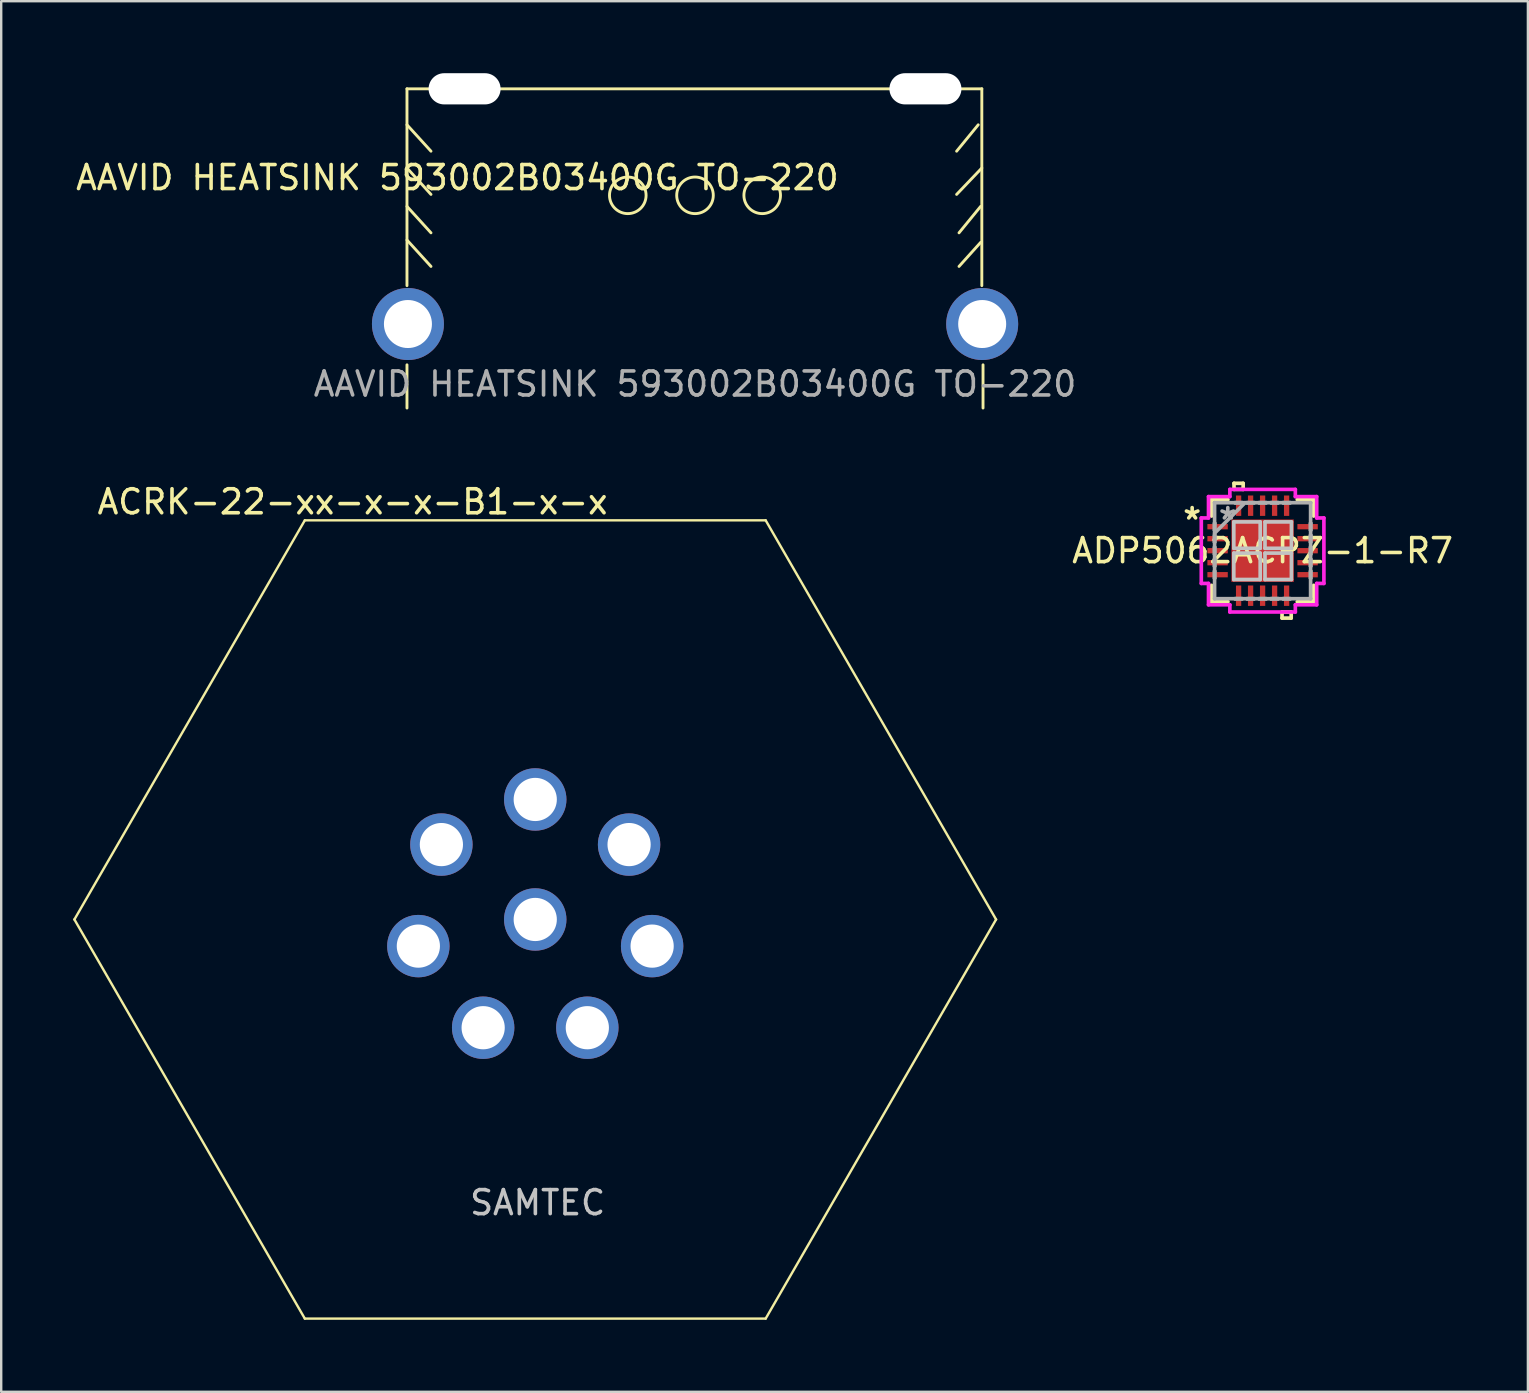
<source format=kicad_pcb>
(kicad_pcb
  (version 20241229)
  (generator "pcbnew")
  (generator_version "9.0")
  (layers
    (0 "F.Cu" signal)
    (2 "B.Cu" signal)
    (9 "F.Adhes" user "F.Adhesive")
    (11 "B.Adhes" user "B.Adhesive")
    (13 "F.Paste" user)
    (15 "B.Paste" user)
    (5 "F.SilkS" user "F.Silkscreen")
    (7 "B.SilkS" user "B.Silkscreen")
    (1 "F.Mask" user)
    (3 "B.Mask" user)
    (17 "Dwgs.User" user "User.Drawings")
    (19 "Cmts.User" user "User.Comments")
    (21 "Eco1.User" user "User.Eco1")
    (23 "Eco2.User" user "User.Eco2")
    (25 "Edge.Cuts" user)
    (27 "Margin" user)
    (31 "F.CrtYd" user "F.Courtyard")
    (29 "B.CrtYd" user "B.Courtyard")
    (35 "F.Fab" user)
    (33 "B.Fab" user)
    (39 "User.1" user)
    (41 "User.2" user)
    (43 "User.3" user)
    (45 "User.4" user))
  (footprint "ADP5062ACPZ-1-R7"
    (layer "F.Cu")
    (at 49.554 19.894)
    (property "Reference" "ADP5062ACPZ-1-R7" (at 0 0 0) (layer "F.SilkS") (effects (font (size 1 1) (thickness 0.15))))
    (attr through_hole)
    (fp_line (start -2.127 -2.127) (end -2.127 -1.443) (stroke (width 0.152) (type solid)) (layer "F.SilkS"))
    (fp_line (start -2.127 1.443) (end -2.127 2.127) (stroke (width 0.152) (type solid)) (layer "F.SilkS"))
    (fp_line (start -2.127 2.127) (end -1.443 2.127) (stroke (width 0.152) (type solid)) (layer "F.SilkS"))
    (fp_line (start -1.443 -2.127) (end -2.127 -2.127) (stroke (width 0.152) (type solid)) (layer "F.SilkS"))
    (fp_line (start -1.191 -2.808) (end -0.81 -2.808) (stroke (width 0.152) (type solid)) (layer "F.SilkS"))
    (fp_line (start -1.191 -2.554) (end -1.191 -2.808) (stroke (width 0.152) (type solid)) (layer "F.SilkS"))
    (fp_line (start -0.81 -2.808) (end -0.81 -2.554) (stroke (width 0.152) (type solid)) (layer "F.SilkS"))
    (fp_line (start -0.81 -2.554) (end -1.191 -2.554) (stroke (width 0.152) (type solid)) (layer "F.SilkS"))
    (fp_line (start 0.81 2.554) (end 0.81 2.808) (stroke (width 0.152) (type solid)) (layer "F.SilkS"))
    (fp_line (start 0.81 2.808) (end 1.191 2.808) (stroke (width 0.152) (type solid)) (layer "F.SilkS"))
    (fp_line (start 1.191 2.554) (end 0.81 2.554) (stroke (width 0.152) (type solid)) (layer "F.SilkS"))
    (fp_line (start 1.191 2.808) (end 1.191 2.554) (stroke (width 0.152) (type solid)) (layer "F.SilkS"))
    (fp_line (start 1.443 2.127) (end 2.127 2.127) (stroke (width 0.152) (type solid)) (layer "F.SilkS"))
    (fp_line (start 2.127 -2.127) (end 1.443 -2.127) (stroke (width 0.152) (type solid)) (layer "F.SilkS"))
    (fp_line (start 2.127 -1.443) (end 2.127 -2.127) (stroke (width 0.152) (type solid)) (layer "F.SilkS"))
    (fp_line (start 2.127 2.127) (end 2.127 1.443) (stroke (width 0.152) (type solid)) (layer "F.SilkS"))
    (fp_line (start -1.2 -1.2) (end -1.2 -0.1) (stroke (width 0.152) (type solid)) (layer "Dwgs.User"))
    (fp_line (start -1.2 -0.1) (end -0.1 -0.1) (stroke (width 0.152) (type solid)) (layer "Dwgs.User"))
    (fp_line (start -1.2 0.1) (end -1.2 1.2) (stroke (width 0.152) (type solid)) (layer "Dwgs.User"))
    (fp_line (start -1.2 1.2) (end -0.1 1.2) (stroke (width 0.152) (type solid)) (layer "Dwgs.User"))
    (fp_line (start -0.1 -1.2) (end -1.2 -1.2) (stroke (width 0.152) (type solid)) (layer "Dwgs.User"))
    (fp_line (start -0.1 -0.1) (end -0.1 -1.2) (stroke (width 0.152) (type solid)) (layer "Dwgs.User"))
    (fp_line (start -0.1 0.1) (end -1.2 0.1) (stroke (width 0.152) (type solid)) (layer "Dwgs.User"))
    (fp_line (start -0.1 1.2) (end -0.1 0.1) (stroke (width 0.152) (type solid)) (layer "Dwgs.User"))
    (fp_line (start 0.1 -1.2) (end 0.1 -0.1) (stroke (width 0.152) (type solid)) (layer "Dwgs.User"))
    (fp_line (start 0.1 -0.1) (end 1.2 -0.1) (stroke (width 0.152) (type solid)) (layer "Dwgs.User"))
    (fp_line (start 0.1 0.1) (end 0.1 1.2) (stroke (width 0.152) (type solid)) (layer "Dwgs.User"))
    (fp_line (start 0.1 1.2) (end 1.2 1.2) (stroke (width 0.152) (type solid)) (layer "Dwgs.User"))
    (fp_line (start 1.2 -1.2) (end 0.1 -1.2) (stroke (width 0.152) (type solid)) (layer "Dwgs.User"))
    (fp_line (start 1.2 -0.1) (end 1.2 -1.2) (stroke (width 0.152) (type solid)) (layer "Dwgs.User"))
    (fp_line (start 1.2 0.1) (end 0.1 0.1) (stroke (width 0.152) (type solid)) (layer "Dwgs.User"))
    (fp_line (start 1.2 1.2) (end 1.2 0.1) (stroke (width 0.152) (type solid)) (layer "Dwgs.User"))
    (fp_line (start -2.554 -1.364) (end -2.254 -1.364) (stroke (width 0.152) (type solid)) (layer "F.CrtYd"))
    (fp_line (start -2.554 1.364) (end -2.554 -1.364) (stroke (width 0.152) (type solid)) (layer "F.CrtYd"))
    (fp_line (start -2.254 -2.254) (end -1.364 -2.254) (stroke (width 0.152) (type solid)) (layer "F.CrtYd"))
    (fp_line (start -2.254 -1.364) (end -2.254 -2.254) (stroke (width 0.152) (type solid)) (layer "F.CrtYd"))
    (fp_line (start -2.254 1.364) (end -2.554 1.364) (stroke (width 0.152) (type solid)) (layer "F.CrtYd"))
    (fp_line (start -2.254 2.254) (end -2.254 1.364) (stroke (width 0.152) (type solid)) (layer "F.CrtYd"))
    (fp_line (start -1.364 -2.554) (end 1.364 -2.554) (stroke (width 0.152) (type solid)) (layer "F.CrtYd"))
    (fp_line (start -1.364 -2.254) (end -1.364 -2.554) (stroke (width 0.152) (type solid)) (layer "F.CrtYd"))
    (fp_line (start -1.364 2.254) (end -2.254 2.254) (stroke (width 0.152) (type solid)) (layer "F.CrtYd"))
    (fp_line (start -1.364 2.554) (end -1.364 2.254) (stroke (width 0.152) (type solid)) (layer "F.CrtYd"))
    (fp_line (start 1.364 -2.554) (end 1.364 -2.254) (stroke (width 0.152) (type solid)) (layer "F.CrtYd"))
    (fp_line (start 1.364 -2.254) (end 2.254 -2.254) (stroke (width 0.152) (type solid)) (layer "F.CrtYd"))
    (fp_line (start 1.364 2.254) (end 1.364 2.554) (stroke (width 0.152) (type solid)) (layer "F.CrtYd"))
    (fp_line (start 1.364 2.554) (end -1.364 2.554) (stroke (width 0.152) (type solid)) (layer "F.CrtYd"))
    (fp_line (start 2.254 -2.254) (end 2.254 -1.364) (stroke (width 0.152) (type solid)) (layer "F.CrtYd"))
    (fp_line (start 2.254 -1.364) (end 2.554 -1.364) (stroke (width 0.152) (type solid)) (layer "F.CrtYd"))
    (fp_line (start 2.254 1.364) (end 2.254 2.254) (stroke (width 0.152) (type solid)) (layer "F.CrtYd"))
    (fp_line (start 2.254 2.254) (end 1.364 2.254) (stroke (width 0.152) (type solid)) (layer "F.CrtYd"))
    (fp_line (start 2.554 -1.364) (end 2.554 1.364) (stroke (width 0.152) (type solid)) (layer "F.CrtYd"))
    (fp_line (start 2.554 1.364) (end 2.254 1.364) (stroke (width 0.152) (type solid)) (layer "F.CrtYd"))
    (fp_line (start -2 -2) (end -2 -2) (stroke (width 0.152) (type solid)) (layer "F.Fab"))
    (fp_line (start -2 -2) (end -2 2) (stroke (width 0.152) (type solid)) (layer "F.Fab"))
    (fp_line (start -2 -1.15) (end -2 -1.15) (stroke (width 0.152) (type solid)) (layer "F.Fab"))
    (fp_line (start -2 -1.15) (end -2 -0.85) (stroke (width 0.152) (type solid)) (layer "F.Fab"))
    (fp_line (start -2 -0.85) (end -2 -1.15) (stroke (width 0.152) (type solid)) (layer "F.Fab"))
    (fp_line (start -2 -0.85) (end -2 -0.85) (stroke (width 0.152) (type solid)) (layer "F.Fab"))
    (fp_line (start -2 -0.73) (end -0.73 -2) (stroke (width 0.152) (type solid)) (layer "F.Fab"))
    (fp_line (start -2 -0.65) (end -2 -0.65) (stroke (width 0.152) (type solid)) (layer "F.Fab"))
    (fp_line (start -2 -0.65) (end -2 -0.35) (stroke (width 0.152) (type solid)) (layer "F.Fab"))
    (fp_line (start -2 -0.35) (end -2 -0.65) (stroke (width 0.152) (type solid)) (layer "F.Fab"))
    (fp_line (start -2 -0.35) (end -2 -0.35) (stroke (width 0.152) (type solid)) (layer "F.Fab"))
    (fp_line (start -2 -0.15) (end -2 -0.15) (stroke (width 0.152) (type solid)) (layer "F.Fab"))
    (fp_line (start -2 -0.15) (end -2 0.15) (stroke (width 0.152) (type solid)) (layer "F.Fab"))
    (fp_line (start -2 0.15) (end -2 -0.15) (stroke (width 0.152) (type solid)) (layer "F.Fab"))
    (fp_line (start -2 0.15) (end -2 0.15) (stroke (width 0.152) (type solid)) (layer "F.Fab"))
    (fp_line (start -2 0.35) (end -2 0.35) (stroke (width 0.152) (type solid)) (layer "F.Fab"))
    (fp_line (start -2 0.35) (end -2 0.65) (stroke (width 0.152) (type solid)) (layer "F.Fab"))
    (fp_line (start -2 0.65) (end -2 0.35) (stroke (width 0.152) (type solid)) (layer "F.Fab"))
    (fp_line (start -2 0.65) (end -2 0.65) (stroke (width 0.152) (type solid)) (layer "F.Fab"))
    (fp_line (start -2 0.85) (end -2 0.85) (stroke (width 0.152) (type solid)) (layer "F.Fab"))
    (fp_line (start -2 0.85) (end -2 1.15) (stroke (width 0.152) (type solid)) (layer "F.Fab"))
    (fp_line (start -2 1.15) (end -2 0.85) (stroke (width 0.152) (type solid)) (layer "F.Fab"))
    (fp_line (start -2 1.15) (end -2 1.15) (stroke (width 0.152) (type solid)) (layer "F.Fab"))
    (fp_line (start -2 2) (end -2 2) (stroke (width 0.152) (type solid)) (layer "F.Fab"))
    (fp_line (start -2 2) (end 2 2) (stroke (width 0.152) (type solid)) (layer "F.Fab"))
    (fp_line (start -1.15 -2) (end -1.15 -2) (stroke (width 0.152) (type solid)) (layer "F.Fab"))
    (fp_line (start -1.15 -2) (end -0.85 -2) (stroke (width 0.152) (type solid)) (layer "F.Fab"))
    (fp_line (start -1.15 2) (end -1.15 2) (stroke (width 0.152) (type solid)) (layer "F.Fab"))
    (fp_line (start -1.15 2) (end -0.85 2) (stroke (width 0.152) (type solid)) (layer "F.Fab"))
    (fp_line (start -0.85 -2) (end -1.15 -2) (stroke (width 0.152) (type solid)) (layer "F.Fab"))
    (fp_line (start -0.85 -2) (end -0.85 -2) (stroke (width 0.152) (type solid)) (layer "F.Fab"))
    (fp_line (start -0.85 2) (end -1.15 2) (stroke (width 0.152) (type solid)) (layer "F.Fab"))
    (fp_line (start -0.85 2) (end -0.85 2) (stroke (width 0.152) (type solid)) (layer "F.Fab"))
    (fp_line (start -0.65 -2) (end -0.65 -2) (stroke (width 0.152) (type solid)) (layer "F.Fab"))
    (fp_line (start -0.65 -2) (end -0.35 -2) (stroke (width 0.152) (type solid)) (layer "F.Fab"))
    (fp_line (start -0.65 2) (end -0.65 2) (stroke (width 0.152) (type solid)) (layer "F.Fab"))
    (fp_line (start -0.65 2) (end -0.35 2) (stroke (width 0.152) (type solid)) (layer "F.Fab"))
    (fp_line (start -0.35 -2) (end -0.65 -2) (stroke (width 0.152) (type solid)) (layer "F.Fab"))
    (fp_line (start -0.35 -2) (end -0.35 -2) (stroke (width 0.152) (type solid)) (layer "F.Fab"))
    (fp_line (start -0.35 2) (end -0.65 2) (stroke (width 0.152) (type solid)) (layer "F.Fab"))
    (fp_line (start -0.35 2) (end -0.35 2) (stroke (width 0.152) (type solid)) (layer "F.Fab"))
    (fp_line (start -0.15 -2) (end -0.15 -2) (stroke (width 0.152) (type solid)) (layer "F.Fab"))
    (fp_line (start -0.15 -2) (end 0.15 -2) (stroke (width 0.152) (type solid)) (layer "F.Fab"))
    (fp_line (start -0.15 2) (end -0.15 2) (stroke (width 0.152) (type solid)) (layer "F.Fab"))
    (fp_line (start -0.15 2) (end 0.15 2) (stroke (width 0.152) (type solid)) (layer "F.Fab"))
    (fp_line (start 0.15 -2) (end -0.15 -2) (stroke (width 0.152) (type solid)) (layer "F.Fab"))
    (fp_line (start 0.15 -2) (end 0.15 -2) (stroke (width 0.152) (type solid)) (layer "F.Fab"))
    (fp_line (start 0.15 2) (end -0.15 2) (stroke (width 0.152) (type solid)) (layer "F.Fab"))
    (fp_line (start 0.15 2) (end 0.15 2) (stroke (width 0.152) (type solid)) (layer "F.Fab"))
    (fp_line (start 0.35 -2) (end 0.35 -2) (stroke (width 0.152) (type solid)) (layer "F.Fab"))
    (fp_line (start 0.35 -2) (end 0.65 -2) (stroke (width 0.152) (type solid)) (layer "F.Fab"))
    (fp_line (start 0.35 2) (end 0.35 2) (stroke (width 0.152) (type solid)) (layer "F.Fab"))
    (fp_line (start 0.35 2) (end 0.65 2) (stroke (width 0.152) (type solid)) (layer "F.Fab"))
    (fp_line (start 0.65 -2) (end 0.35 -2) (stroke (width 0.152) (type solid)) (layer "F.Fab"))
    (fp_line (start 0.65 -2) (end 0.65 -2) (stroke (width 0.152) (type solid)) (layer "F.Fab"))
    (fp_line (start 0.65 2) (end 0.35 2) (stroke (width 0.152) (type solid)) (layer "F.Fab"))
    (fp_line (start 0.65 2) (end 0.65 2) (stroke (width 0.152) (type solid)) (layer "F.Fab"))
    (fp_line (start 0.85 -2) (end 0.85 -2) (stroke (width 0.152) (type solid)) (layer "F.Fab"))
    (fp_line (start 0.85 -2) (end 1.15 -2) (stroke (width 0.152) (type solid)) (layer "F.Fab"))
    (fp_line (start 0.85 2) (end 0.85 2) (stroke (width 0.152) (type solid)) (layer "F.Fab"))
    (fp_line (start 0.85 2) (end 1.15 2) (stroke (width 0.152) (type solid)) (layer "F.Fab"))
    (fp_line (start 1.15 -2) (end 0.85 -2) (stroke (width 0.152) (type solid)) (layer "F.Fab"))
    (fp_line (start 1.15 -2) (end 1.15 -2) (stroke (width 0.152) (type solid)) (layer "F.Fab"))
    (fp_line (start 1.15 2) (end 0.85 2) (stroke (width 0.152) (type solid)) (layer "F.Fab"))
    (fp_line (start 1.15 2) (end 1.15 2) (stroke (width 0.152) (type solid)) (layer "F.Fab"))
    (fp_line (start 2 -2) (end -2 -2) (stroke (width 0.152) (type solid)) (layer "F.Fab"))
    (fp_line (start 2 -2) (end 2 -2) (stroke (width 0.152) (type solid)) (layer "F.Fab"))
    (fp_line (start 2 -1.15) (end 2 -1.15) (stroke (width 0.152) (type solid)) (layer "F.Fab"))
    (fp_line (start 2 -1.15) (end 2 -0.85) (stroke (width 0.152) (type solid)) (layer "F.Fab"))
    (fp_line (start 2 -0.85) (end 2 -1.15) (stroke (width 0.152) (type solid)) (layer "F.Fab"))
    (fp_line (start 2 -0.85) (end 2 -0.85) (stroke (width 0.152) (type solid)) (layer "F.Fab"))
    (fp_line (start 2 -0.65) (end 2 -0.65) (stroke (width 0.152) (type solid)) (layer "F.Fab"))
    (fp_line (start 2 -0.65) (end 2 -0.35) (stroke (width 0.152) (type solid)) (layer "F.Fab"))
    (fp_line (start 2 -0.35) (end 2 -0.65) (stroke (width 0.152) (type solid)) (layer "F.Fab"))
    (fp_line (start 2 -0.35) (end 2 -0.35) (stroke (width 0.152) (type solid)) (layer "F.Fab"))
    (fp_line (start 2 -0.15) (end 2 -0.15) (stroke (width 0.152) (type solid)) (layer "F.Fab"))
    (fp_line (start 2 -0.15) (end 2 0.15) (stroke (width 0.152) (type solid)) (layer "F.Fab"))
    (fp_line (start 2 0.15) (end 2 -0.15) (stroke (width 0.152) (type solid)) (layer "F.Fab"))
    (fp_line (start 2 0.15) (end 2 0.15) (stroke (width 0.152) (type solid)) (layer "F.Fab"))
    (fp_line (start 2 0.35) (end 2 0.35) (stroke (width 0.152) (type solid)) (layer "F.Fab"))
    (fp_line (start 2 0.35) (end 2 0.65) (stroke (width 0.152) (type solid)) (layer "F.Fab"))
    (fp_line (start 2 0.65) (end 2 0.35) (stroke (width 0.152) (type solid)) (layer "F.Fab"))
    (fp_line (start 2 0.65) (end 2 0.65) (stroke (width 0.152) (type solid)) (layer "F.Fab"))
    (fp_line (start 2 0.85) (end 2 0.85) (stroke (width 0.152) (type solid)) (layer "F.Fab"))
    (fp_line (start 2 0.85) (end 2 1.15) (stroke (width 0.152) (type solid)) (layer "F.Fab"))
    (fp_line (start 2 1.15) (end 2 0.85) (stroke (width 0.152) (type solid)) (layer "F.Fab"))
    (fp_line (start 2 1.15) (end 2 1.15) (stroke (width 0.152) (type solid)) (layer "F.Fab"))
    (fp_line (start 2 2) (end 2 -2) (stroke (width 0.152) (type solid)) (layer "F.Fab"))
    (fp_line (start 2 2) (end 2 2) (stroke (width 0.152) (type solid)) (layer "F.Fab"))
    (fp_text user "*" (at -2.935 -1.25 0) (layer "F.SilkS") (effects (font (size 1 1) (thickness 0.15))))
    (fp_text user "Copyright 2016 Accelerated Designs. All rights reserved." (at 0 0 0) (layer "Cmts.User") (effects (font (size 0.127 0.127) (thickness 0.002))))
    (fp_text user "*" (at -1.45 -1.25 0) (layer "F.Fab") (effects (font (size 1 1) (thickness 0.15))))
    (pad "1" smd rect (at -1.875 -1 90) (size 0.22 0.85) (layers "F.Cu" "F.Mask" "F.Paste"))
    (pad "2" smd rect (at -1.875 -0.5 90) (size 0.22 0.85) (layers "F.Cu" "F.Mask" "F.Paste"))
    (pad "3" smd rect (at -1.875 0 90) (size 0.22 0.85) (layers "F.Cu" "F.Mask" "F.Paste"))
    (pad "4" smd rect (at -1.875 0.5 90) (size 0.22 0.85) (layers "F.Cu" "F.Mask" "F.Paste"))
    (pad "5" smd rect (at -1.875 1 90) (size 0.22 0.85) (layers "F.Cu" "F.Mask" "F.Paste"))
    (pad "6" smd rect (at -1 1.875) (size 0.22 0.85) (layers "F.Cu" "F.Mask" "F.Paste"))
    (pad "7" smd rect (at -0.5 1.875) (size 0.22 0.85) (layers "F.Cu" "F.Mask" "F.Paste"))
    (pad "8" smd rect (at 0 1.875) (size 0.22 0.85) (layers "F.Cu" "F.Mask" "F.Paste"))
    (pad "9" smd rect (at 0.5 1.875) (size 0.22 0.85) (layers "F.Cu" "F.Mask" "F.Paste"))
    (pad "10" smd rect (at 1 1.875) (size 0.22 0.85) (layers "F.Cu" "F.Mask" "F.Paste"))
    (pad "11" smd rect (at 1.875 1 90) (size 0.22 0.85) (layers "F.Cu" "F.Mask" "F.Paste"))
    (pad "12" smd rect (at 1.875 0.5 90) (size 0.22 0.85) (layers "F.Cu" "F.Mask" "F.Paste"))
    (pad "13" smd rect (at 1.875 0 90) (size 0.22 0.85) (layers "F.Cu" "F.Mask" "F.Paste"))
    (pad "14" smd rect (at 1.875 -0.5 90) (size 0.22 0.85) (layers "F.Cu" "F.Mask" "F.Paste"))
    (pad "15" smd rect (at 1.875 -1 90) (size 0.22 0.85) (layers "F.Cu" "F.Mask" "F.Paste"))
    (pad "16" smd rect (at 1 -1.875) (size 0.22 0.85) (layers "F.Cu" "F.Mask" "F.Paste"))
    (pad "17" smd rect (at 0.5 -1.875) (size 0.22 0.85) (layers "F.Cu" "F.Mask" "F.Paste"))
    (pad "18" smd rect (at 0 -1.875) (size 0.22 0.85) (layers "F.Cu" "F.Mask" "F.Paste"))
    (pad "19" smd rect (at -0.5 -1.875) (size 0.22 0.85) (layers "F.Cu" "F.Mask" "F.Paste"))
    (pad "20" smd rect (at -1 -1.875) (size 0.22 0.85) (layers "F.Cu" "F.Mask" "F.Paste"))
    (pad "21" smd rect (at 0 0) (size 2.6 2.6) (layers "F.Cu" "F.Mask" "F.Paste")))
  (footprint "AAVID HEATSINK 593002B03400G TO-220"
    (layer "F.Cu")
    (at 25.906 10.45)
    (property "Reference" "AAVID HEATSINK 593002B03400G TO-220" (at -9.9 -6.1 0) (unlocked yes) (layer "F.SilkS") (effects (font (size 1 1) (thickness 0.15))))
    (attr through_hole)
    (fp_line (start -12 -9.8) (end 11.95 -9.8) (stroke (width 0.12) (type solid)) (layer "F.SilkS"))
    (fp_line (start -12 -8.3) (end -11 -7.2) (stroke (width 0.12) (type solid)) (layer "F.SilkS"))
    (fp_line (start -12 -6.5) (end -11 -5.4) (stroke (width 0.12) (type solid)) (layer "F.SilkS"))
    (fp_line (start -12 -4.9) (end -11 -3.8) (stroke (width 0.12) (type solid)) (layer "F.SilkS"))
    (fp_line (start -12 -3.5) (end -11 -2.4) (stroke (width 0.12) (type solid)) (layer "F.SilkS"))
    (fp_line (start -12 -1.6) (end -12 -9.8) (stroke (width 0.12) (type solid)) (layer "F.SilkS"))
    (fp_line (start -12 1.7) (end -12 3.5) (stroke (width 0.12) (type solid)) (layer "F.SilkS"))
    (fp_line (start 10.9 -7.2) (end 11.8 -8.3) (stroke (width 0.12) (type solid)) (layer "F.SilkS"))
    (fp_line (start 10.9 -5.4) (end 11.95 -6.5) (stroke (width 0.12) (type solid)) (layer "F.SilkS"))
    (fp_line (start 11 -3.8) (end 11.9 -4.9) (stroke (width 0.12) (type solid)) (layer "F.SilkS"))
    (fp_line (start 11 -2.4) (end 11.9 -3.4) (stroke (width 0.12) (type solid)) (layer "F.SilkS"))
    (fp_line (start 11.95 -9.8) (end 11.95 -1.6) (stroke (width 0.12) (type solid)) (layer "F.SilkS"))
    (fp_line (start 12 1.7) (end 12 3.5) (stroke (width 0.12) (type solid)) (layer "F.SilkS"))
    (fp_circle (center -2.8 -5.362) (end -2.038 -5.362) (stroke (width 0.12) (type solid)) (fill no) (layer "F.SilkS"))
    (fp_circle (center 0 -5.362) (end 0.762 -5.362) (stroke (width 0.12) (type solid)) (fill no) (layer "F.SilkS"))
    (fp_circle (center 2.8 -5.362) (end 3.562 -5.362) (stroke (width 0.12) (type solid)) (fill no) (layer "F.SilkS"))
    (fp_text user "${REFERENCE}" (at 0 2.5 0) (unlocked yes) (layer "F.Fab") (effects (font (size 1 1) (thickness 0.15))))
    (pad "" np_thru_hole oval (at -9.6 -9.8) (size 3 1.3) (drill oval 3 1.3) (layers "*.Cu" "*.Mask"))
    (pad "" np_thru_hole oval (at 9.6 -9.8) (size 3 1.3) (drill oval 3 1.3) (layers "*.Cu" "*.Mask"))
    (pad "1" thru_hole circle (at -11.96 0) (size 3 3) (drill 2) (layers "*.Cu" "*.Mask"))
    (pad "1" thru_hole circle (at 11.965 0) (size 3 3) (drill 2) (layers "*.Cu" "*.Mask")))
  (footprint "ACRK-22-xx-x-x-B1-x-x"
    (layer "F.Cu")
    (at 19.25 35.258)
    (property "Reference" "ACRK-22-xx-x-x-B1-x-x" (at -7.61 -17.4 0) (layer "F.SilkS") (effects (font (size 1 1) (thickness 0.15))))
    (attr through_hole)
    (fp_line (start -19.2 0) (end -9.6 -16.63) (stroke (width 0.1) (type solid)) (layer "F.SilkS"))
    (fp_line (start -19.2 0) (end -9.6 16.63) (stroke (width 0.1) (type solid)) (layer "F.SilkS"))
    (fp_line (start -9.6 -16.63) (end 9.6 -16.63) (stroke (width 0.1) (type solid)) (layer "F.SilkS"))
    (fp_line (start -9.6 16.63) (end 9.6 16.63) (stroke (width 0.1) (type solid)) (layer "F.SilkS"))
    (fp_line (start 19.2 0) (end 9.6 -16.63) (stroke (width 0.1) (type solid)) (layer "F.SilkS"))
    (fp_line (start 19.2 0) (end 9.6 16.63) (stroke (width 0.1) (type solid)) (layer "F.SilkS"))
    (fp_text user "SAMTEC" (at 0.1 11.8 0) (layer "Dwgs.User") (effects (font (size 1 1) (thickness 0.15))))
    (pad "1" thru_hole circle (at 0 -5) (size 2.6 2.6) (drill 1.8) (layers "*.Cu" "*.Mask"))
    (pad "2" thru_hole circle (at 3.91 -3.12) (size 2.6 2.6) (drill 1.8) (layers "*.Cu" "*.Mask"))
    (pad "3" thru_hole circle (at 4.87 1.11) (size 2.6 2.6) (drill 1.8) (layers "*.Cu" "*.Mask"))
    (pad "4" thru_hole circle (at 2.17 4.51) (size 2.6 2.6) (drill 1.8) (layers "*.Cu" "*.Mask"))
    (pad "5" thru_hole circle (at -2.17 4.51) (size 2.6 2.6) (drill 1.8) (layers "*.Cu" "*.Mask"))
    (pad "6" thru_hole circle (at -4.87 1.11) (size 2.6 2.6) (drill 1.8) (layers "*.Cu" "*.Mask"))
    (pad "7" thru_hole circle (at -3.91 -3.12) (size 2.6 2.6) (drill 1.8) (layers "*.Cu" "*.Mask"))
    (pad "8" thru_hole circle (at 0 0) (size 2.6 2.6) (drill 1.8) (layers "*.Cu" "*.Mask")))
  (gr_rect
    (start -3 -3)
    (end 60.607 54.938)
    (stroke (width 0.1) (type default))
    (fill no)
    (layer "Edge.Cuts")))
</source>
